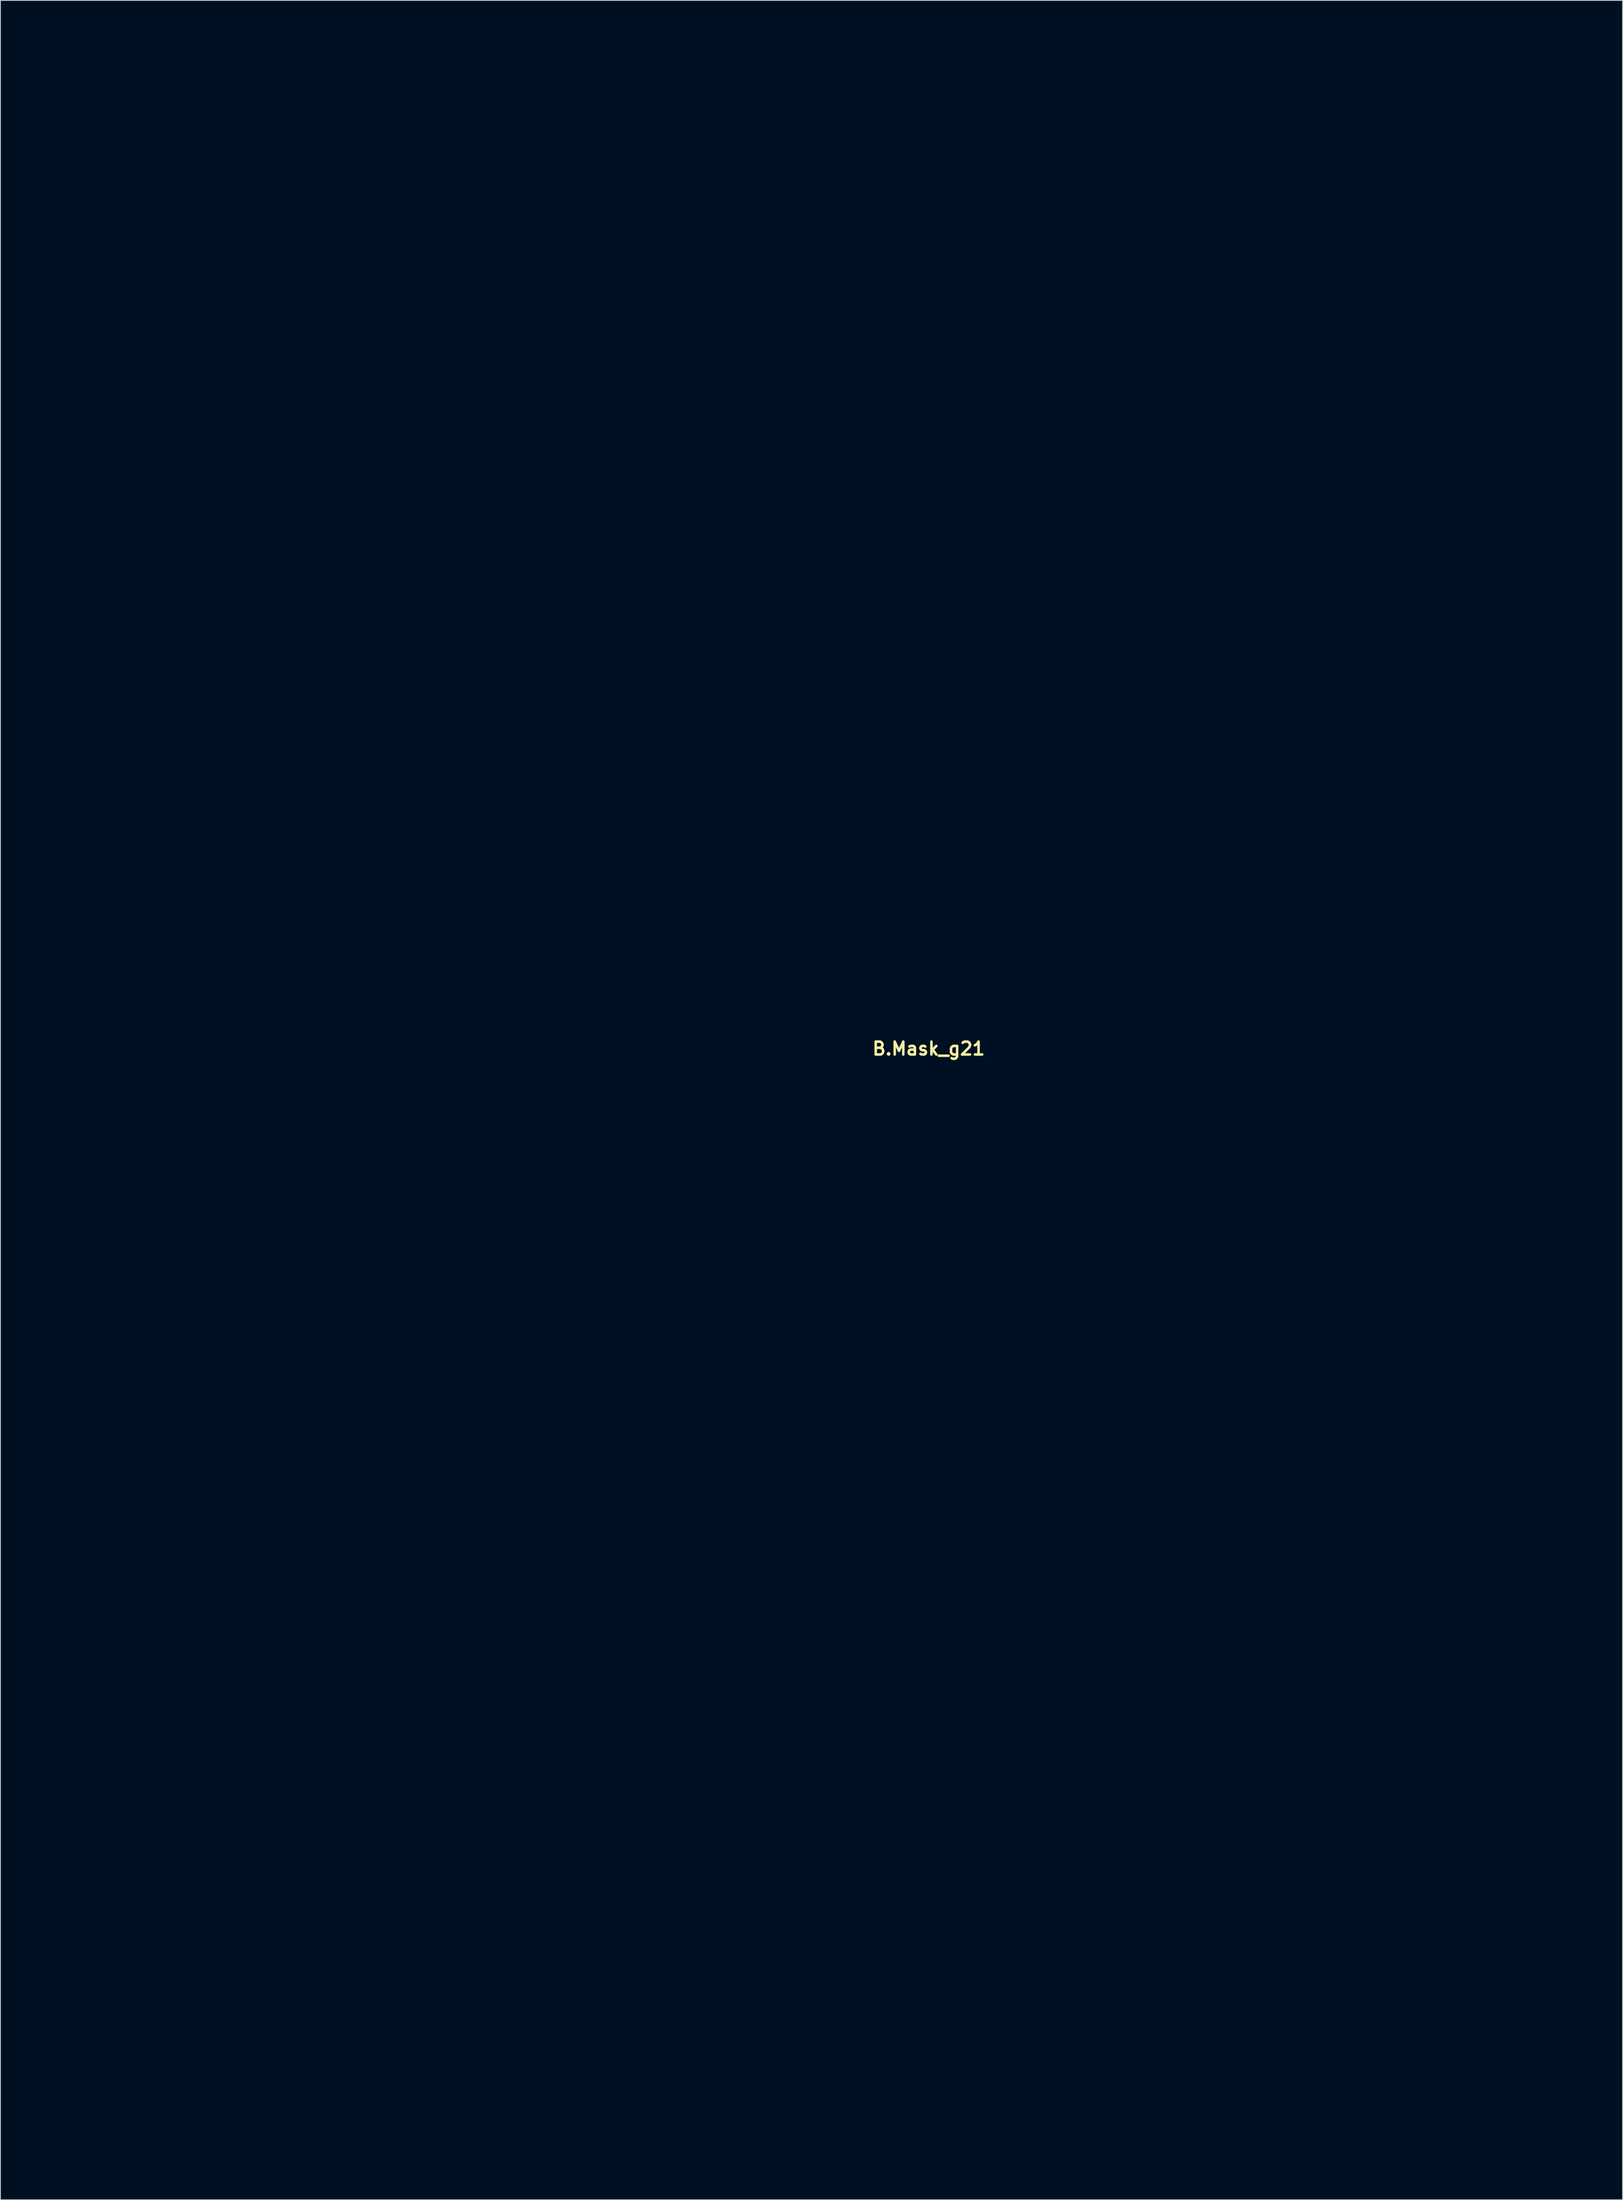
<source format=kicad_pcb>
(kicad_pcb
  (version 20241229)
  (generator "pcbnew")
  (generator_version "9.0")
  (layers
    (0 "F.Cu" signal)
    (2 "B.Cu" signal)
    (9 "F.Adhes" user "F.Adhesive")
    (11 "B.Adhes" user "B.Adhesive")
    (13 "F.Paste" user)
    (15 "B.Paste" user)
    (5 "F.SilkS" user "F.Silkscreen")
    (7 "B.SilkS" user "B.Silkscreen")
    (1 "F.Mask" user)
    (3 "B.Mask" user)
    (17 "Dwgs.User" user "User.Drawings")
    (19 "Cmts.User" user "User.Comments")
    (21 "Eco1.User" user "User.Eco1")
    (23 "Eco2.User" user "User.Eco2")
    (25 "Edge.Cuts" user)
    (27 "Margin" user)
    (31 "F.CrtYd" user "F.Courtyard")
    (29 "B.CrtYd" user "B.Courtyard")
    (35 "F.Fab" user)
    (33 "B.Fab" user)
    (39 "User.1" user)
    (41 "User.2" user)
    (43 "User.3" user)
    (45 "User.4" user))
  (footprint "B.Mask_g21"
    (layer "F.Cu")
    (at 107.087 121.269)
    (property "Reference" "B.Mask_g21" (at 0 0 0) (layer "F.SilkS") (effects (font (size 1.524 1.524) (thickness 0.3))))
    (attr through_hole)
    (fp_poly (pts (xy -38.978 40.824) (xy -38.998 40.898) (xy -39.025 40.966) (xy -39.026 40.967) (xy -39.031 40.985) (xy -39.038 41.019) (xy -39.045 41.072) (xy -39.054 41.145) (xy -39.063 41.241) (xy -39.075 41.36) (xy -39.087 41.504) (xy -39.102 41.676) (xy -39.118 41.877) (xy -39.137 42.109) (xy -39.158 42.373) (xy -39.181 42.672) (xy -39.206 43.007) (xy -39.234 43.379) (xy -39.265 43.791) (xy -39.282 44.021) (xy -39.506 47.011) (xy -39.46 47.106) (xy -39.416 47.18) (xy -39.36 47.257) (xy -39.336 47.286) (xy -39.259 47.371) (xy -39.447 47.369) (xy -39.552 47.365) (xy -39.659 47.355) (xy -39.748 47.342) (xy -39.762 47.34) (xy -40.041 47.259) (xy -40.303 47.143) (xy -40.553 46.99) (xy -40.793 46.799) (xy -40.963 46.634) (xy -41.184 46.374) (xy -41.378 46.084) (xy -41.544 45.769) (xy -41.68 45.434) (xy -41.785 45.081) (xy -41.858 44.717) (xy -41.898 44.343) (xy -41.904 43.966) (xy -41.875 43.588) (xy -41.848 43.41) (xy -41.772 43.066) (xy -41.664 42.737) (xy -41.528 42.424) (xy -41.366 42.131) (xy -41.18 41.859) (xy -40.973 41.612) (xy -40.746 41.391) (xy -40.503 41.198) (xy -40.246 41.036) (xy -39.977 40.908) (xy -39.698 40.816) (xy -39.411 40.761) (xy -39.164 40.746) (xy -38.963 40.746) (xy -38.978 40.824)) (stroke (width 0.01) (type solid)) (fill yes) (layer "B.Mask"))
    (fp_poly (pts (xy 18.354 40.851) (xy 18.64 40.912) (xy 18.917 41.012) (xy 19.185 41.148) (xy 19.44 41.318) (xy 19.682 41.522) (xy 19.906 41.756) (xy 20.112 42.019) (xy 20.297 42.309) (xy 20.459 42.624) (xy 20.595 42.962) (xy 20.635 43.079) (xy 20.739 43.47) (xy 20.801 43.859) (xy 20.821 44.249) (xy 20.799 44.639) (xy 20.735 45.032) (xy 20.702 45.172) (xy 20.597 45.518) (xy 20.464 45.843) (xy 20.304 46.145) (xy 20.12 46.421) (xy 19.914 46.67) (xy 19.687 46.888) (xy 19.443 47.075) (xy 19.182 47.227) (xy 18.908 47.343) (xy 18.622 47.42) (xy 18.613 47.421) (xy 18.493 47.442) (xy 18.383 47.458) (xy 18.29 47.467) (xy 18.223 47.47) (xy 18.186 47.465) (xy 18.182 47.461) (xy 18.196 47.436) (xy 18.231 47.396) (xy 18.243 47.384) (xy 18.305 47.311) (xy 18.346 47.233) (xy 18.364 47.161) (xy 18.355 47.111) (xy 18.351 47.086) (xy 18.345 47.022) (xy 18.336 46.921) (xy 18.324 46.787) (xy 18.31 46.622) (xy 18.294 46.429) (xy 18.277 46.211) (xy 18.258 45.971) (xy 18.237 45.712) (xy 18.216 45.436) (xy 18.193 45.147) (xy 18.17 44.847) (xy 18.147 44.54) (xy 18.123 44.228) (xy 18.099 43.913) (xy 18.076 43.6) (xy 18.052 43.29) (xy 18.03 42.987) (xy 18.008 42.694) (xy 17.987 42.413) (xy 17.968 42.147) (xy 17.95 41.899) (xy 17.934 41.672) (xy 17.92 41.469) (xy 17.908 41.293) (xy 17.898 41.147) (xy 17.891 41.033) (xy 17.887 40.954) (xy 17.886 40.917) (xy 17.886 40.831) (xy 18.063 40.831) (xy 18.354 40.851)) (stroke (width 0.01) (type solid)) (fill yes) (layer "B.Mask"))
    (fp_poly (pts (xy -43.927 109.18) (xy -43.877 109.189) (xy -43.858 109.211) (xy -43.867 109.25) (xy -43.889 109.297) (xy -43.91 109.359) (xy -43.92 109.433) (xy -43.921 109.444) (xy -43.922 109.475) (xy -43.927 109.546) (xy -43.934 109.654) (xy -43.944 109.797) (xy -43.957 109.972) (xy -43.971 110.176) (xy -43.988 110.407) (xy -44.007 110.663) (xy -44.027 110.941) (xy -44.049 111.238) (xy -44.072 111.551) (xy -44.096 111.879) (xy -44.122 112.219) (xy -44.133 112.363) (xy -44.158 112.709) (xy -44.183 113.046) (xy -44.207 113.37) (xy -44.229 113.68) (xy -44.25 113.972) (xy -44.27 114.244) (xy -44.287 114.494) (xy -44.303 114.718) (xy -44.316 114.915) (xy -44.327 115.08) (xy -44.335 115.213) (xy -44.341 115.309) (xy -44.343 115.367) (xy -44.344 115.378) (xy -44.34 115.488) (xy -44.328 115.573) (xy -44.304 115.653) (xy -44.291 115.686) (xy -44.264 115.752) (xy -44.245 115.8) (xy -44.238 115.819) (xy -44.258 115.823) (xy -44.313 115.819) (xy -44.397 115.808) (xy -44.484 115.793) (xy -44.794 115.715) (xy -45.091 115.599) (xy -45.373 115.445) (xy -45.638 115.256) (xy -45.884 115.034) (xy -46.107 114.781) (xy -46.305 114.498) (xy -46.457 114.226) (xy -46.611 113.869) (xy -46.727 113.499) (xy -46.802 113.12) (xy -46.838 112.733) (xy -46.834 112.342) (xy -46.789 111.95) (xy -46.705 111.56) (xy -46.639 111.342) (xy -46.506 110.996) (xy -46.346 110.675) (xy -46.161 110.38) (xy -45.952 110.113) (xy -45.723 109.877) (xy -45.475 109.671) (xy -45.21 109.499) (xy -44.931 109.362) (xy -44.639 109.262) (xy -44.336 109.2) (xy -44.025 109.178) (xy -44.015 109.178) (xy -43.927 109.18)) (stroke (width 0.01) (type solid)) (fill yes) (layer "B.Mask"))
    (fp_poly (pts (xy 20.825 74.803) (xy 21.124 74.864) (xy 21.417 74.962) (xy 21.699 75.094) (xy 21.963 75.259) (xy 22.016 75.299) (xy 22.267 75.514) (xy 22.498 75.763) (xy 22.708 76.042) (xy 22.894 76.347) (xy 23.054 76.672) (xy 23.185 77.014) (xy 23.286 77.367) (xy 23.354 77.727) (xy 23.38 77.968) (xy 23.384 78.107) (xy 23.379 78.274) (xy 23.367 78.457) (xy 23.348 78.644) (xy 23.324 78.821) (xy 23.303 78.939) (xy 23.214 79.293) (xy 23.095 79.628) (xy 22.949 79.942) (xy 22.777 80.232) (xy 22.582 80.496) (xy 22.366 80.731) (xy 22.13 80.936) (xy 21.876 81.107) (xy 21.607 81.243) (xy 21.324 81.342) (xy 21.191 81.374) (xy 21.098 81.391) (xy 21.001 81.405) (xy 20.908 81.416) (xy 20.828 81.423) (xy 20.771 81.424) (xy 20.744 81.419) (xy 20.743 81.417) (xy 20.756 81.393) (xy 20.788 81.351) (xy 20.805 81.331) (xy 20.86 81.242) (xy 20.881 81.17) (xy 20.881 81.138) (xy 20.878 81.066) (xy 20.872 80.956) (xy 20.863 80.811) (xy 20.852 80.633) (xy 20.838 80.423) (xy 20.822 80.186) (xy 20.804 79.922) (xy 20.784 79.634) (xy 20.761 79.324) (xy 20.738 78.994) (xy 20.712 78.648) (xy 20.686 78.286) (xy 20.671 78.084) (xy 20.644 77.731) (xy 20.619 77.389) (xy 20.594 77.06) (xy 20.571 76.747) (xy 20.549 76.453) (xy 20.529 76.179) (xy 20.511 75.929) (xy 20.494 75.704) (xy 20.48 75.507) (xy 20.468 75.341) (xy 20.459 75.208) (xy 20.452 75.11) (xy 20.448 75.05) (xy 20.447 75.031) (xy 20.429 74.969) (xy 20.379 74.897) (xy 20.373 74.89) (xy 20.335 74.845) (xy 20.321 74.814) (xy 20.334 74.796) (xy 20.379 74.786) (xy 20.461 74.782) (xy 20.528 74.782) (xy 20.825 74.803)) (stroke (width 0.01) (type solid)) (fill yes) (layer "B.Mask"))
    (fp_poly (pts (xy 23.394 109.283) (xy 23.701 109.344) (xy 24.002 109.444) (xy 24.294 109.581) (xy 24.504 109.708) (xy 24.624 109.798) (xy 24.757 109.913) (xy 24.895 110.047) (xy 25.03 110.188) (xy 25.151 110.33) (xy 25.252 110.461) (xy 25.271 110.489) (xy 25.467 110.818) (xy 25.631 111.166) (xy 25.761 111.528) (xy 25.857 111.898) (xy 25.916 112.271) (xy 25.937 112.641) (xy 25.929 112.889) (xy 25.884 113.272) (xy 25.805 113.638) (xy 25.695 113.985) (xy 25.554 114.311) (xy 25.384 114.613) (xy 25.187 114.89) (xy 24.964 115.139) (xy 24.716 115.359) (xy 24.446 115.546) (xy 24.154 115.699) (xy 23.953 115.78) (xy 23.852 115.812) (xy 23.735 115.843) (xy 23.614 115.871) (xy 23.502 115.893) (xy 23.41 115.906) (xy 23.366 115.909) (xy 23.344 115.906) (xy 23.339 115.892) (xy 23.352 115.855) (xy 23.368 115.818) (xy 23.381 115.79) (xy 23.392 115.764) (xy 23.402 115.739) (xy 23.411 115.711) (xy 23.418 115.679) (xy 23.424 115.641) (xy 23.428 115.595) (xy 23.43 115.538) (xy 23.431 115.468) (xy 23.429 115.384) (xy 23.425 115.283) (xy 23.42 115.163) (xy 23.412 115.022) (xy 23.402 114.858) (xy 23.389 114.668) (xy 23.374 114.451) (xy 23.357 114.204) (xy 23.337 113.926) (xy 23.314 113.613) (xy 23.288 113.265) (xy 23.26 112.879) (xy 23.23 112.481) (xy 23.204 112.125) (xy 23.178 111.781) (xy 23.153 111.451) (xy 23.129 111.137) (xy 23.106 110.841) (xy 23.085 110.566) (xy 23.065 110.314) (xy 23.047 110.088) (xy 23.031 109.891) (xy 23.017 109.723) (xy 23.005 109.588) (xy 22.996 109.489) (xy 22.989 109.427) (xy 22.986 109.405) (xy 22.97 109.355) (xy 22.966 109.316) (xy 22.969 109.286) (xy 22.984 109.27) (xy 23.022 109.263) (xy 23.088 109.262) (xy 23.394 109.283)) (stroke (width 0.01) (type solid)) (fill yes) (layer "B.Mask"))
    (fp_poly (pts (xy -41.334 74.701) (xy -41.299 74.705) (xy -41.296 74.708) (xy -41.309 74.731) (xy -41.343 74.774) (xy -41.37 74.806) (xy -41.413 74.86) (xy -41.44 74.906) (xy -41.445 74.925) (xy -41.446 74.95) (xy -41.451 75.015) (xy -41.458 75.117) (xy -41.468 75.254) (xy -41.48 75.424) (xy -41.495 75.624) (xy -41.512 75.851) (xy -41.531 76.104) (xy -41.551 76.379) (xy -41.573 76.675) (xy -41.596 76.989) (xy -41.621 77.318) (xy -41.646 77.661) (xy -41.666 77.918) (xy -41.701 78.393) (xy -41.733 78.826) (xy -41.761 79.218) (xy -41.787 79.568) (xy -41.808 79.878) (xy -41.827 80.147) (xy -41.842 80.377) (xy -41.854 80.567) (xy -41.862 80.717) (xy -41.867 80.829) (xy -41.87 80.903) (xy -41.869 80.938) (xy -41.868 80.94) (xy -41.849 80.989) (xy -41.815 81.061) (xy -41.773 81.142) (xy -41.763 81.161) (xy -41.724 81.234) (xy -41.694 81.292) (xy -41.678 81.326) (xy -41.677 81.33) (xy -41.696 81.34) (xy -41.748 81.342) (xy -41.824 81.337) (xy -41.913 81.326) (xy -42.003 81.311) (xy -42.299 81.233) (xy -42.578 81.119) (xy -42.843 80.968) (xy -43.097 80.778) (xy -43.298 80.593) (xy -43.54 80.321) (xy -43.75 80.023) (xy -43.928 79.697) (xy -44.072 79.345) (xy -44.184 78.967) (xy -44.221 78.8) (xy -44.237 78.718) (xy -44.249 78.642) (xy -44.258 78.564) (xy -44.264 78.477) (xy -44.267 78.372) (xy -44.269 78.243) (xy -44.27 78.08) (xy -44.27 78.041) (xy -44.27 77.871) (xy -44.268 77.736) (xy -44.265 77.627) (xy -44.259 77.537) (xy -44.251 77.458) (xy -44.24 77.382) (xy -44.225 77.301) (xy -44.221 77.282) (xy -44.127 76.906) (xy -44.001 76.552) (xy -43.846 76.221) (xy -43.661 75.917) (xy -43.45 75.64) (xy -43.214 75.393) (xy -42.953 75.178) (xy -42.67 74.997) (xy -42.515 74.918) (xy -42.294 74.826) (xy -42.073 74.761) (xy -41.84 74.721) (xy -41.598 74.703) (xy -41.49 74.7) (xy -41.4 74.699) (xy -41.334 74.701)) (stroke (width 0.01) (type solid)) (fill yes) (layer "B.Mask"))
    (fp_poly (pts (xy -28.821 -47.613) (xy -28.747 -47.582) (xy -28.742 -47.58) (xy -28.735 -47.578) (xy -28.727 -47.575) (xy -28.717 -47.573) (xy -28.703 -47.571) (xy -28.684 -47.569) (xy -28.661 -47.567) (xy -28.632 -47.566) (xy -28.596 -47.564) (xy -28.553 -47.562) (xy -28.501 -47.561) (xy -28.441 -47.559) (xy -28.37 -47.558) (xy -28.289 -47.556) (xy -28.196 -47.555) (xy -28.09 -47.554) (xy -27.971 -47.553) (xy -27.838 -47.552) (xy -27.69 -47.551) (xy -27.527 -47.55) (xy -27.346 -47.549) (xy -27.149 -47.548) (xy -26.933 -47.547) (xy -26.698 -47.547) (xy -26.443 -47.546) (xy -26.167 -47.545) (xy -25.87 -47.545) (xy -25.551 -47.544) (xy -25.208 -47.544) (xy -24.841 -47.543) (xy -24.45 -47.543) (xy -24.032 -47.543) (xy -23.589 -47.542) (xy -23.117 -47.542) (xy -22.618 -47.542) (xy -22.09 -47.541) (xy -21.532 -47.541) (xy -20.943 -47.541) (xy -20.323 -47.541) (xy -19.67 -47.541) (xy -18.985 -47.541) (xy -18.265 -47.541) (xy -17.511 -47.541) (xy -16.721 -47.54) (xy -15.894 -47.54) (xy -15.03 -47.54) (xy -14.129 -47.54) (xy -13.188 -47.54) (xy -12.208 -47.54) (xy -11.187 -47.54) (xy -10.124 -47.54) (xy 8.703 -47.54) (xy 8.894 -47.446) (xy 9.176 -47.282) (xy 9.433 -47.086) (xy 9.661 -46.861) (xy 9.86 -46.608) (xy 10.026 -46.332) (xy 10.159 -46.033) (xy 10.255 -45.715) (xy 10.269 -45.655) (xy 10.302 -45.443) (xy 10.318 -45.205) (xy 10.317 -44.956) (xy 10.299 -44.708) (xy 10.265 -44.474) (xy 10.258 -44.442) (xy 10.16 -44.073) (xy 10.026 -43.723) (xy 9.855 -43.394) (xy 9.651 -43.087) (xy 9.412 -42.806) (xy 9.401 -42.794) (xy 9.276 -42.671) (xy 9.136 -42.547) (xy 8.993 -42.431) (xy 8.857 -42.329) (xy 8.736 -42.252) (xy 8.73 -42.249) (xy 8.645 -42.2) (xy 8.833 -42.106) (xy 9.104 -41.947) (xy 9.358 -41.753) (xy 9.59 -41.528) (xy 9.798 -41.278) (xy 9.976 -41.007) (xy 10.12 -40.72) (xy 10.209 -40.479) (xy 10.285 -40.169) (xy 10.322 -39.847) (xy 10.32 -39.516) (xy 10.281 -39.182) (xy 10.204 -38.849) (xy 10.091 -38.52) (xy 10.003 -38.322) (xy 9.824 -38.001) (xy 9.612 -37.704) (xy 9.365 -37.43) (xy 9.083 -37.179) (xy 8.766 -36.95) (xy 8.51 -36.795) (xy 8.288 -36.671) (xy -28.275 -36.661) (xy -28.504 -36.776) (xy -28.843 -36.967) (xy -29.149 -37.184) (xy -29.424 -37.427) (xy -29.664 -37.694) (xy -29.871 -37.985) (xy -30.042 -38.298) (xy -30.172 -38.616) (xy -30.256 -38.912) (xy -30.314 -39.225) (xy -30.344 -39.543) (xy -30.345 -39.858) (xy -30.317 -40.157) (xy -30.301 -40.25) (xy -30.221 -40.562) (xy -30.104 -40.861) (xy -29.954 -41.144) (xy -29.773 -41.406) (xy -29.564 -41.644) (xy -29.331 -41.854) (xy -29.075 -42.031) (xy -28.94 -42.106) (xy -28.842 -42.159) (xy -28.783 -42.197) (xy -28.764 -42.22) (xy -28.784 -42.227) (xy -28.785 -42.227) (xy -28.809 -42.239) (xy -28.859 -42.272) (xy -28.926 -42.319) (xy -28.981 -42.358) (xy -29.245 -42.578) (xy -29.483 -42.822) (xy -29.694 -43.087) (xy -29.877 -43.37) (xy -30.03 -43.668) (xy -30.155 -43.977) (xy -30.249 -44.294) (xy -30.313 -44.616) (xy -30.345 -44.939) (xy -30.345 -45.259) (xy -30.313 -45.575) (xy -30.247 -45.881) (xy -30.147 -46.175) (xy -30.013 -46.454) (xy -29.843 -46.714) (xy -29.842 -46.715) (xy -29.64 -46.949) (xy -29.411 -47.154) (xy -29.16 -47.326) (xy -29.014 -47.405) (xy -28.922 -47.454) (xy -28.866 -47.489) (xy -28.849 -47.511) (xy -28.87 -47.519) (xy -28.871 -47.519) (xy -28.887 -47.537) (xy -28.892 -47.572) (xy -28.887 -47.608) (xy -28.865 -47.622) (xy -28.821 -47.613)) (stroke (width 0.01) (type solid)) (fill yes) (layer "B.Mask"))
    (fp_poly (pts (xy 11.824 -114.676) (xy 11.818 -114.65) (xy 11.804 -114.585) (xy 11.782 -114.481) (xy 11.751 -114.34) (xy 11.713 -114.163) (xy 11.667 -113.952) (xy 11.614 -113.708) (xy 11.554 -113.432) (xy 11.488 -113.126) (xy 11.415 -112.791) (xy 11.336 -112.428) (xy 11.252 -112.04) (xy 11.162 -111.627) (xy 11.067 -111.19) (xy 10.968 -110.732) (xy 10.864 -110.253) (xy 10.755 -109.755) (xy 10.643 -109.239) (xy 10.528 -108.707) (xy 10.409 -108.16) (xy 10.287 -107.6) (xy 10.163 -107.027) (xy 10.036 -106.444) (xy 9.99 -106.236) (xy 9.855 -105.61) (xy 9.717 -104.978) (xy 9.579 -104.341) (xy 9.44 -103.702) (xy 9.301 -103.062) (xy 9.163 -102.424) (xy 9.025 -101.791) (xy 8.889 -101.165) (xy 8.755 -100.547) (xy 8.624 -99.941) (xy 8.495 -99.348) (xy 8.37 -98.771) (xy 8.249 -98.212) (xy 8.132 -97.673) (xy 8.02 -97.157) (xy 7.913 -96.666) (xy 7.813 -96.202) (xy 7.719 -95.767) (xy 7.632 -95.364) (xy 7.552 -94.995) (xy 7.48 -94.662) (xy 7.416 -94.368) (xy 7.402 -94.303) (xy 6.633 -90.742) (xy 7.857 -90.742) (xy 8.08 -90.742) (xy 8.29 -90.742) (xy 8.483 -90.742) (xy 8.656 -90.743) (xy 8.804 -90.743) (xy 8.925 -90.744) (xy 9.013 -90.745) (xy 9.066 -90.746) (xy 9.081 -90.747) (xy 9.086 -90.768) (xy 9.099 -90.828) (xy 9.121 -90.924) (xy 9.15 -91.055) (xy 9.187 -91.217) (xy 9.231 -91.41) (xy 9.281 -91.629) (xy 9.336 -91.874) (xy 9.397 -92.141) (xy 9.462 -92.428) (xy 9.532 -92.734) (xy 9.605 -93.055) (xy 9.681 -93.389) (xy 9.743 -93.662) (xy 10.405 -96.572) (xy 10.499 -96.566) (xy 10.54 -96.563) (xy 10.618 -96.556) (xy 10.728 -96.547) (xy 10.867 -96.535) (xy 11.028 -96.521) (xy 11.208 -96.506) (xy 11.401 -96.489) (xy 11.546 -96.476) (xy 14.178 -96.227) (xy 16.783 -95.945) (xy 19.364 -95.628) (xy 21.92 -95.277) (xy 24.451 -94.893) (xy 26.957 -94.474) (xy 29.439 -94.022) (xy 31.896 -93.535) (xy 34.329 -93.014) (xy 36.738 -92.459) (xy 39.123 -91.87) (xy 41.37 -91.278) (xy 41.532 -91.234) (xy 41.71 -91.185) (xy 41.9 -91.133) (xy 42.096 -91.079) (xy 42.294 -91.024) (xy 42.487 -90.97) (xy 42.671 -90.919) (xy 42.841 -90.872) (xy 42.99 -90.83) (xy 43.115 -90.795) (xy 43.21 -90.767) (xy 43.269 -90.75) (xy 43.27 -90.75) (xy 43.276 -90.747) (xy 43.281 -90.738) (xy 43.285 -90.724) (xy 43.289 -90.699) (xy 43.292 -90.664) (xy 43.295 -90.615) (xy 43.298 -90.55) (xy 43.3 -90.467) (xy 43.302 -90.364) (xy 43.303 -90.238) (xy 43.304 -90.087) (xy 43.305 -89.909) (xy 43.306 -89.702) (xy 43.306 -89.463) (xy 43.307 -89.191) (xy 43.307 -88.882) (xy 43.307 -88.535) (xy 43.307 -88.221) (xy 43.307 -85.704) (xy -63.331 -85.704) (xy -63.331 -90.738) (xy -63.22 -90.77) (xy -63.085 -90.808) (xy -62.914 -90.854) (xy -62.71 -90.907) (xy -62.479 -90.967) (xy -62.224 -91.032) (xy -61.95 -91.102) (xy -61.661 -91.174) (xy -61.363 -91.249) (xy -61.059 -91.324) (xy -60.754 -91.399) (xy -60.452 -91.473) (xy -60.157 -91.544) (xy -59.875 -91.611) (xy -59.61 -91.674) (xy -59.404 -91.722) (xy -57.563 -92.14) (xy -55.683 -92.545) (xy -53.77 -92.938) (xy -51.825 -93.318) (xy -49.852 -93.685) (xy -47.855 -94.037) (xy -45.836 -94.375) (xy -43.798 -94.698) (xy -41.746 -95.005) (xy -39.682 -95.296) (xy -37.609 -95.57) (xy -35.53 -95.827) (xy -33.45 -96.066) (xy -33.285 -96.084) (xy -32.982 -96.117) (xy -32.681 -96.15) (xy -32.385 -96.181) (xy -32.096 -96.212) (xy -31.818 -96.241) (xy -31.553 -96.269) (xy -31.305 -96.294) (xy -31.076 -96.317) (xy -30.869 -96.338) (xy -30.687 -96.356) (xy -30.534 -96.37) (xy -30.411 -96.381) (xy -30.323 -96.388) (xy -30.271 -96.391) (xy -30.259 -96.391) (xy -30.254 -96.37) (xy -30.24 -96.31) (xy -30.219 -96.215) (xy -30.19 -96.087) (xy -30.155 -95.93) (xy -30.114 -95.746) (xy -30.068 -95.537) (xy -30.017 -95.308) (xy -29.963 -95.06) (xy -29.905 -94.797) (xy -29.844 -94.522) (xy -29.781 -94.237) (xy -29.717 -93.946) (xy -29.652 -93.651) (xy -29.587 -93.355) (xy -29.523 -93.062) (xy -29.46 -92.773) (xy -29.398 -92.492) (xy -29.339 -92.222) (xy -29.283 -91.966) (xy -29.23 -91.726) (xy -29.182 -91.506) (xy -29.139 -91.308) (xy -29.102 -91.136) (xy -29.071 -90.991) (xy -29.046 -90.878) (xy -29.029 -90.799) (xy -29.021 -90.756) (xy -29.02 -90.75) (xy -28.999 -90.748) (xy -28.94 -90.747) (xy -28.846 -90.746) (xy -28.721 -90.744) (xy -28.57 -90.743) (xy -28.394 -90.742) (xy -28.2 -90.742) (xy -27.989 -90.742) (xy -27.845 -90.742) (xy -27.584 -90.742) (xy -27.363 -90.742) (xy -27.179 -90.743) (xy -27.028 -90.745) (xy -26.908 -90.747) (xy -26.816 -90.749) (xy -26.749 -90.753) (xy -26.704 -90.757) (xy -26.679 -90.762) (xy -26.67 -90.768) (xy -26.67 -90.769) (xy -26.675 -90.799) (xy -26.688 -90.868) (xy -26.71 -90.977) (xy -26.74 -91.122) (xy -26.778 -91.302) (xy -26.823 -91.517) (xy -26.876 -91.764) (xy -26.936 -92.042) (xy -27.002 -92.35) (xy -27.075 -92.685) (xy -27.154 -93.048) (xy -27.238 -93.436) (xy -27.327 -93.848) (xy -27.422 -94.282) (xy -27.521 -94.736) (xy -27.625 -95.211) (xy -27.732 -95.703) (xy -27.844 -96.211) (xy -27.959 -96.735) (xy -28.076 -97.272) (xy -28.197 -97.821) (xy -28.32 -98.381) (xy -28.445 -98.95) (xy -28.572 -99.527) (xy -28.701 -100.11) (xy -28.83 -100.698) (xy -28.961 -101.289) (xy -29.092 -101.881) (xy -29.223 -102.475) (xy -29.354 -103.067) (xy -29.484 -103.656) (xy -29.614 -104.242) (xy -29.743 -104.822) (xy -29.87 -105.395) (xy -29.996 -105.96) (xy -30.119 -106.515) (xy -30.151 -106.657) (xy -30.279 -107.231) (xy -30.404 -107.794) (xy -30.527 -108.346) (xy -30.647 -108.884) (xy -30.764 -109.408) (xy -30.876 -109.915) (xy -30.985 -110.405) (xy -31.09 -110.876) (xy -31.19 -111.327) (xy -31.286 -111.756) (xy -31.376 -112.162) (xy -31.461 -112.544) (xy -31.54 -112.899) (xy -31.612 -113.227) (xy -31.679 -113.526) (xy -31.738 -113.796) (xy -31.791 -114.033) (xy -31.836 -114.238) (xy -31.874 -114.408) (xy -31.903 -114.542) (xy -31.924 -114.639) (xy -31.937 -114.698) (xy -31.941 -114.716) (xy -31.935 -114.717) (xy -31.92 -114.719) (xy -31.892 -114.72) (xy -31.853 -114.722) (xy -31.801 -114.723) (xy -31.735 -114.724) (xy -31.655 -114.726) (xy -31.56 -114.727) (xy -31.45 -114.728) (xy -31.323 -114.729) (xy -31.179 -114.73) (xy -31.017 -114.731) (xy -30.837 -114.732) (xy -30.638 -114.733) (xy -30.419 -114.734) (xy -30.179 -114.735) (xy -29.918 -114.735) (xy -29.635 -114.736) (xy -29.33 -114.737) (xy -29.001 -114.737) (xy -28.648 -114.738) (xy -28.27 -114.739) (xy -27.866 -114.739) (xy -27.437 -114.74) (xy -26.98 -114.74) (xy -26.496 -114.741) (xy -25.984 -114.741) (xy -25.442 -114.742) (xy -24.871 -114.742) (xy -24.27 -114.742) (xy -23.637 -114.743) (xy -22.972 -114.743) (xy -22.275 -114.743) (xy -21.545 -114.743) (xy -20.781 -114.744) (xy -19.982 -114.744) (xy -19.147 -114.744) (xy -18.277 -114.744) (xy -17.37 -114.744) (xy -16.425 -114.744) (xy -15.442 -114.744) (xy -14.421 -114.744) (xy -13.359 -114.744) (xy -12.258 -114.744) (xy -11.115 -114.744) (xy -10.052 -114.745) (xy 11.837 -114.745) (xy 11.824 -114.676)) (stroke (width 0.01) (type solid)) (fill yes) (layer "B.Mask"))
    (fp_poly (pts (xy 79.29 133.456) (xy -107.082 133.456) (xy -107.082 45.662) (xy -97.618 45.662) (xy -97.618 46.507) (xy -97.618 47.314) (xy -97.618 48.084) (xy -97.618 48.816) (xy -97.617 49.512) (xy -97.617 50.172) (xy -97.617 50.796) (xy -97.616 51.386) (xy -97.616 51.94) (xy -97.615 52.461) (xy -97.615 52.948) (xy -97.614 53.401) (xy -97.614 53.822) (xy -97.613 54.211) (xy -97.612 54.568) (xy -97.611 54.894) (xy -97.61 55.189) (xy -97.609 55.453) (xy -97.608 55.688) (xy -97.607 55.894) (xy -97.606 56.071) (xy -97.605 56.219) (xy -97.604 56.34) (xy -97.603 56.433) (xy -97.601 56.499) (xy -97.6 56.539) (xy -97.599 56.547) (xy -97.539 57.019) (xy -97.44 57.477) (xy -97.305 57.92) (xy -97.135 58.345) (xy -96.932 58.751) (xy -96.697 59.136) (xy -96.431 59.498) (xy -96.137 59.835) (xy -95.816 60.146) (xy -95.47 60.428) (xy -95.099 60.681) (xy -94.706 60.901) (xy -94.292 61.088) (xy -93.86 61.239) (xy -93.409 61.353) (xy -93.377 61.36) (xy -93.207 61.392) (xy -93.057 61.417) (xy -92.916 61.434) (xy -92.771 61.446) (xy -92.614 61.453) (xy -92.431 61.457) (xy -92.297 61.457) (xy -92.084 61.456) (xy -91.903 61.45) (xy -91.742 61.44) (xy -91.59 61.425) (xy -91.437 61.403) (xy -91.272 61.373) (xy -91.207 61.36) (xy -90.757 61.248) (xy -90.317 61.096) (xy -89.89 60.905) (xy -89.48 60.678) (xy -89.09 60.415) (xy -88.911 60.276) (xy -88.676 60.072) (xy -88.439 59.837) (xy -88.207 59.579) (xy -87.988 59.309) (xy -87.793 59.037) (xy -87.773 59.007) (xy -87.717 58.923) (xy -87.669 58.853) (xy -87.635 58.805) (xy -87.619 58.785) (xy -87.618 58.785) (xy -87.605 58.804) (xy -87.573 58.851) (xy -87.527 58.921) (xy -87.469 59.007) (xy -87.444 59.044) (xy -87.291 59.264) (xy -87.144 59.458) (xy -86.991 59.639) (xy -86.822 59.821) (xy -86.742 59.902) (xy -86.388 60.227) (xy -86.013 60.515) (xy -85.617 60.766) (xy -85.201 60.981) (xy -84.764 61.158) (xy -84.309 61.298) (xy -83.834 61.4) (xy -83.725 61.418) (xy -83.576 61.435) (xy -83.396 61.448) (xy -83.194 61.456) (xy -82.983 61.459) (xy -82.77 61.457) (xy -82.568 61.45) (xy -82.385 61.439) (xy -82.233 61.422) (xy -82.211 61.419) (xy -81.733 61.324) (xy -81.27 61.191) (xy -80.824 61.02) (xy -80.397 60.812) (xy -79.99 60.569) (xy -79.606 60.292) (xy -79.247 59.981) (xy -78.913 59.638) (xy -78.608 59.265) (xy -78.573 59.217) (xy -78.504 59.122) (xy -78.439 59.027) (xy -78.384 58.945) (xy -78.348 58.889) (xy -78.313 58.831) (xy -78.286 58.793) (xy -78.274 58.782) (xy -78.26 58.799) (xy -78.226 58.845) (xy -78.179 58.914) (xy -78.123 58.998) (xy -78.109 59.019) (xy -77.835 59.401) (xy -77.528 59.757) (xy -77.191 60.084) (xy -76.825 60.381) (xy -76.43 60.648) (xy -76.009 60.882) (xy -75.957 60.908) (xy -75.574 61.081) (xy -75.196 61.219) (xy -74.81 61.327) (xy -74.402 61.408) (xy -74.337 61.419) (xy -74.22 61.433) (xy -74.072 61.444) (xy -73.902 61.451) (xy -73.72 61.456) (xy -73.534 61.458) (xy -73.354 61.456) (xy -73.188 61.451) (xy -73.046 61.442) (xy -72.936 61.43) (xy -72.93 61.429) (xy -72.581 61.367) (xy -72.273 61.297) (xy -72.073 61.242) (xy -71.624 61.084) (xy -71.191 60.888) (xy -70.777 60.655) (xy -70.383 60.386) (xy -70.013 60.082) (xy -69.722 59.804) (xy -69.57 59.642) (xy -69.439 59.494) (xy -69.32 59.346) (xy -69.201 59.186) (xy -69.091 59.026) (xy -68.924 58.779) (xy -68.794 58.99) (xy -68.533 59.374) (xy -68.241 59.732) (xy -67.919 60.06) (xy -67.57 60.358) (xy -67.197 60.624) (xy -66.8 60.856) (xy -66.384 61.053) (xy -65.949 61.213) (xy -65.652 61.298) (xy -65.397 61.358) (xy -65.164 61.403) (xy -64.936 61.434) (xy -64.698 61.453) (xy -64.505 61.462) (xy -64.026 61.458) (xy -63.555 61.414) (xy -63.096 61.331) (xy -62.65 61.212) (xy -62.22 61.056) (xy -61.807 60.866) (xy -61.413 60.642) (xy -61.041 60.385) (xy -60.692 60.098) (xy -60.368 59.78) (xy -60.072 59.433) (xy -59.806 59.059) (xy -59.571 58.658) (xy -59.498 58.515) (xy -59.392 58.29) (xy -59.305 58.088) (xy -59.232 57.895) (xy -59.169 57.7) (xy -59.111 57.49) (xy -59.109 57.481) (xy -59.041 57.189) (xy -58.991 56.911) (xy -58.955 56.625) (xy -58.95 56.568) (xy -58.948 56.525) (xy -58.946 56.44) (xy -58.944 56.312) (xy -58.942 56.143) (xy -58.941 55.931) (xy -58.939 55.678) (xy -58.938 55.382) (xy -58.936 55.046) (xy -58.935 54.667) (xy -58.934 54.247) (xy -58.933 53.786) (xy -58.932 53.283) (xy -58.931 52.739) (xy -58.93 52.153) (xy -58.93 51.527) (xy -58.929 50.86) (xy -58.929 50.152) (xy -58.928 49.403) (xy -58.928 48.613) (xy -58.928 47.783) (xy -58.928 46.912) (xy -58.928 46.837) (xy -58.928 46.205) (xy -58.928 45.584) (xy -58.928 44.975) (xy -58.928 44.379) (xy -58.927 43.798) (xy -58.927 43.234) (xy -58.927 42.686) (xy -58.926 42.158) (xy -58.926 41.649) (xy -58.925 41.162) (xy -58.925 40.698) (xy -58.924 40.258) (xy -58.923 39.843) (xy -58.923 39.456) (xy -58.922 39.096) (xy -58.921 38.766) (xy -58.92 38.466) (xy -58.92 38.199) (xy -58.919 37.965) (xy -58.918 37.767) (xy -58.917 37.604) (xy -58.916 37.479) (xy -58.915 37.392) (xy -58.914 37.346) (xy -58.914 37.338) (xy -58.895 37.352) (xy -58.851 37.393) (xy -58.785 37.455) (xy -58.701 37.536) (xy -58.602 37.631) (xy -58.494 37.738) (xy -58.485 37.746) (xy -58.282 37.944) (xy -58.097 38.114) (xy -57.924 38.265) (xy -57.755 38.403) (xy -57.581 38.534) (xy -57.396 38.664) (xy -57.309 38.723) (xy -56.831 39.016) (xy -56.343 39.269) (xy -55.844 39.481) (xy -55.332 39.653) (xy -54.809 39.785) (xy -54.271 39.876) (xy -53.719 39.928) (xy -53.263 39.941) (xy -52.888 39.934) (xy -52.54 39.91) (xy -52.205 39.868) (xy -51.873 39.807) (xy -51.528 39.724) (xy -51.467 39.707) (xy -50.985 39.556) (xy -50.511 39.369) (xy -50.049 39.15) (xy -49.602 38.9) (xy -49.175 38.623) (xy -48.773 38.321) (xy -48.4 37.997) (xy -48.059 37.653) (xy -47.921 37.497) (xy -47.581 37.067) (xy -47.28 36.623) (xy -47.018 36.164) (xy -46.793 35.688) (xy -46.605 35.193) (xy -46.453 34.677) (xy -46.336 34.14) (xy -46.278 33.771) (xy -46.263 33.626) (xy -46.251 33.447) (xy -46.243 33.245) (xy -46.239 33.028) (xy -46.238 32.805) (xy -46.241 32.586) (xy -46.248 32.379) (xy -46.259 32.193) (xy -46.273 32.037) (xy -46.278 31.993) (xy -46.373 31.45) (xy -46.505 30.927) (xy -46.674 30.423) (xy -46.879 29.94) (xy -47.122 29.478) (xy -47.4 29.037) (xy -47.715 28.618) (xy -47.747 28.58) (xy -47.775 28.548) (xy -47.832 28.488) (xy -47.916 28.4) (xy -48.026 28.287) (xy -48.16 28.148) (xy -48.318 27.986) (xy -48.497 27.803) (xy -48.696 27.598) (xy -48.915 27.375) (xy -49.152 27.133) (xy -49.405 26.875) (xy -49.673 26.602) (xy -49.955 26.315) (xy -50.25 26.015) (xy -50.556 25.704) (xy -50.871 25.383) (xy -51.195 25.054) (xy -51.527 24.718) (xy -51.864 24.376) (xy -52.206 24.03) (xy -52.551 23.68) (xy -52.897 23.329) (xy -53.245 22.978) (xy -53.591 22.627) (xy -53.935 22.279) (xy -53.963 22.251) (xy -54.809 21.397) (xy -52.196 18.784) (xy -51.918 18.507) (xy -51.649 18.238) (xy -51.389 17.978) (xy -51.14 17.73) (xy -50.904 17.494) (xy -50.682 17.273) (xy -50.475 17.068) (xy -50.286 16.879) (xy -50.115 16.71) (xy -49.965 16.561) (xy -49.836 16.433) (xy -49.731 16.33) (xy -49.65 16.251) (xy -49.596 16.198) (xy -49.569 16.173) (xy -49.567 16.171) (xy -49.565 16.192) (xy -49.562 16.252) (xy -49.56 16.348) (xy -49.558 16.476) (xy -49.556 16.634) (xy -49.555 16.819) (xy -49.553 17.027) (xy -49.552 17.255) (xy -49.552 17.5) (xy -49.551 17.759) (xy -49.551 17.86) (xy -49.551 19.549) (xy -47.966 24.141) (xy -47.796 24.634) (xy -47.617 25.153) (xy -47.43 25.695) (xy -47.237 26.253) (xy -47.039 26.825) (xy -46.839 27.406) (xy -46.637 27.99) (xy -46.436 28.575) (xy -46.236 29.154) (xy -46.039 29.724) (xy -45.847 30.281) (xy -45.661 30.819) (xy -45.483 31.334) (xy -45.315 31.822) (xy -45.157 32.278) (xy -45.033 32.639) (xy -44.896 33.034) (xy -44.763 33.42) (xy -44.633 33.796) (xy -44.509 34.158) (xy -44.389 34.504) (xy -44.275 34.834) (xy -44.168 35.144) (xy -44.069 35.433) (xy -43.977 35.699) (xy -43.894 35.939) (xy -43.821 36.151) (xy -43.758 36.335) (xy -43.706 36.486) (xy -43.665 36.604) (xy -43.637 36.687) (xy -43.622 36.732) (xy -43.621 36.735) (xy -43.557 36.925) (xy -45.496 63.65) (xy -45.573 64.712) (xy -45.649 65.764) (xy -45.725 66.805) (xy -45.799 67.835) (xy -45.873 68.852) (xy -45.946 69.856) (xy -46.018 70.845) (xy -46.088 71.82) (xy -46.158 72.78) (xy -46.226 73.722) (xy -46.293 74.648) (xy -46.359 75.555) (xy -46.423 76.444) (xy -46.486 77.313) (xy -46.548 78.162) (xy -46.608 78.989) (xy -46.666 79.794) (xy -46.723 80.577) (xy -46.778 81.335) (xy -46.831 82.07) (xy -46.882 82.779) (xy -46.931 83.462) (xy -46.979 84.118) (xy -47.024 84.747) (xy -47.068 85.348) (xy -47.109 85.919) (xy -47.148 86.46) (xy -47.185 86.97) (xy -47.22 87.449) (xy -47.252 87.895) (xy -47.282 88.308) (xy -47.309 88.687) (xy -47.334 89.032) (xy -47.356 89.34) (xy -47.376 89.613) (xy -47.392 89.848) (xy -47.407 90.045) (xy -47.418 90.203) (xy -47.426 90.322) (xy -47.432 90.401) (xy -47.434 90.438) (xy -47.434 90.441) (xy -47.434 90.508) (xy -62.764 90.514) (xy -78.094 90.519) (xy -78.359 90.569) (xy -78.821 90.676) (xy -79.262 90.819) (xy -79.684 90.999) (xy -80.089 91.218) (xy -80.478 91.475) (xy -80.624 91.585) (xy -80.736 91.678) (xy -80.867 91.795) (xy -81.005 91.928) (xy -81.144 92.066) (xy -81.273 92.203) (xy -81.385 92.327) (xy -81.427 92.379) (xy -81.668 92.706) (xy -81.887 93.061) (xy -82.079 93.434) (xy -82.24 93.816) (xy -82.365 94.2) (xy -82.391 94.296) (xy -82.48 94.735) (xy -82.528 95.175) (xy -82.535 95.614) (xy -82.501 96.049) (xy -82.428 96.478) (xy -82.316 96.899) (xy -82.166 97.309) (xy -81.978 97.705) (xy -81.754 98.086) (xy -81.492 98.449) (xy -81.196 98.792) (xy -81.155 98.834) (xy -81.084 98.906) (xy -81.015 98.973) (xy -80.941 99.041) (xy -80.855 99.117) (xy -80.751 99.206) (xy -80.622 99.315) (xy -80.595 99.338) (xy -80.603 99.356) (xy -80.639 99.4) (xy -80.697 99.463) (xy -80.772 99.541) (xy -80.862 99.631) (xy -80.889 99.656) (xy -80.999 99.766) (xy -81.113 99.884) (xy -81.222 100.001) (xy -81.316 100.106) (xy -81.38 100.182) (xy -81.662 100.564) (xy -81.906 100.958) (xy -82.11 101.364) (xy -82.275 101.779) (xy -82.4 102.202) (xy -82.486 102.631) (xy -82.531 103.064) (xy -82.535 103.499) (xy -82.498 103.936) (xy -82.42 104.371) (xy -82.301 104.803) (xy -82.21 105.059) (xy -82.049 105.426) (xy -81.851 105.792) (xy -81.623 106.149) (xy -81.368 106.489) (xy -81.094 106.805) (xy -80.804 107.088) (xy -80.804 107.088) (xy -80.726 107.159) (xy -80.659 107.22) (xy -80.611 107.266) (xy -80.588 107.29) (xy -80.586 107.293) (xy -80.599 107.311) (xy -80.64 107.35) (xy -80.701 107.405) (xy -80.778 107.47) (xy -80.792 107.483) (xy -81.102 107.765) (xy -81.39 108.08) (xy -81.653 108.423) (xy -81.887 108.79) (xy -82.089 109.173) (xy -82.222 109.485) (xy -82.361 109.902) (xy -82.46 110.33) (xy -82.519 110.765) (xy -82.538 111.203) (xy -82.518 111.642) (xy -82.458 112.078) (xy -82.358 112.507) (xy -82.218 112.926) (xy -82.156 113.078) (xy -81.977 113.449) (xy -81.761 113.815) (xy -81.512 114.169) (xy -81.235 114.505) (xy -80.935 114.816) (xy -80.792 114.946) (xy -80.714 115.016) (xy -80.65 115.076) (xy -80.604 115.121) (xy -80.582 115.145) (xy -80.582 115.147) (xy -80.597 115.166) (xy -80.638 115.203) (xy -80.696 115.252) (xy -80.711 115.263) (xy -80.843 115.374) (xy -80.989 115.507) (xy -81.136 115.652) (xy -81.274 115.796) (xy -81.374 115.91) (xy -81.655 116.277) (xy -81.899 116.662) (xy -82.103 117.064) (xy -82.269 117.481) (xy -82.394 117.913) (xy -82.48 118.358) (xy -82.526 118.816) (xy -82.534 119.094) (xy -82.534 119.235) (xy -82.531 119.342) (xy -82.526 119.424) (xy -82.517 119.492) (xy -82.504 119.553) (xy -82.49 119.602) (xy -82.445 119.75) (xy -82.577 119.876) (xy -82.617 119.915) (xy -82.685 119.979) (xy -82.777 120.067) (xy -82.889 120.174) (xy -83.018 120.297) (xy -83.161 120.434) (xy -83.314 120.58) (xy -83.475 120.733) (xy -83.55 120.805) (xy -84.391 121.608) (xy -84.391 130.037) (xy -83.18 131.249) (xy -81.968 132.461) (xy 60.971 132.458) (xy 63.309 130.029) (xy 63.309 121.613) (xy 62.379 120.682) (xy 61.448 119.75) (xy 61.493 119.613) (xy 61.511 119.557) (xy 61.523 119.501) (xy 61.531 119.438) (xy 61.536 119.359) (xy 61.538 119.255) (xy 61.539 119.118) (xy 61.539 119.105) (xy 61.527 118.734) (xy 61.492 118.386) (xy 61.43 118.048) (xy 61.34 117.707) (xy 61.288 117.543) (xy 61.133 117.145) (xy 60.94 116.759) (xy 60.712 116.391) (xy 60.451 116.043) (xy 60.162 115.722) (xy 59.846 115.43) (xy 59.642 115.268) (xy 59.577 115.218) (xy 59.528 115.178) (xy 59.502 115.152) (xy 59.499 115.149) (xy 59.515 115.131) (xy 59.557 115.092) (xy 59.619 115.036) (xy 59.696 114.971) (xy 59.71 114.959) (xy 60.045 114.655) (xy 60.353 114.327) (xy 60.628 113.98) (xy 60.869 113.618) (xy 61.072 113.246) (xy 61.075 113.239) (xy 61.238 112.865) (xy 61.364 112.495) (xy 61.454 112.121) (xy 61.512 111.734) (xy 61.537 111.326) (xy 61.538 111.199) (xy 61.524 110.786) (xy 61.477 110.394) (xy 61.396 110.014) (xy 61.279 109.641) (xy 61.123 109.264) (xy 61.068 109.146) (xy 60.855 108.756) (xy 60.606 108.387) (xy 60.324 108.043) (xy 60.011 107.727) (xy 59.715 107.475) (xy 59.634 107.412) (xy 59.567 107.357) (xy 59.52 107.316) (xy 59.5 107.295) (xy 59.499 107.294) (xy 59.515 107.275) (xy 59.556 107.238) (xy 59.614 107.189) (xy 59.632 107.174) (xy 59.925 106.917) (xy 60.208 106.627) (xy 60.475 106.312) (xy 60.718 105.98) (xy 60.93 105.64) (xy 61.009 105.495) (xy 61.194 105.095) (xy 61.341 104.681) (xy 61.447 104.257) (xy 61.514 103.824) (xy 61.541 103.387) (xy 61.527 102.949) (xy 61.472 102.513) (xy 61.422 102.267) (xy 61.304 101.852) (xy 61.146 101.446) (xy 60.95 101.051) (xy 60.716 100.669) (xy 60.447 100.304) (xy 60.143 99.957) (xy 59.807 99.631) (xy 59.6 99.454) (xy 59.547 99.409) (xy 59.511 99.374) (xy 59.499 99.359) (xy 59.515 99.34) (xy 59.557 99.304) (xy 59.618 99.256) (xy 59.642 99.237) (xy 59.851 99.069) (xy 60.064 98.876) (xy 60.266 98.674) (xy 60.396 98.53) (xy 60.674 98.176) (xy 60.913 97.806) (xy 61.114 97.422) (xy 61.276 97.026) (xy 61.401 96.621) (xy 61.487 96.208) (xy 61.534 95.789) (xy 61.543 95.367) (xy 61.514 94.944) (xy 61.446 94.522) (xy 61.339 94.103) (xy 61.194 93.689) (xy 61.01 93.283) (xy 60.788 92.887) (xy 60.526 92.502) (xy 60.511 92.482) (xy 60.409 92.355) (xy 60.282 92.211) (xy 60.137 92.058) (xy 59.983 91.905) (xy 59.829 91.76) (xy 59.683 91.631) (xy 59.566 91.537) (xy 59.205 91.285) (xy 58.831 91.069) (xy 58.441 90.887) (xy 58.029 90.737) (xy 57.591 90.617) (xy 57.357 90.567) (xy 57.118 90.521) (xy 41.783 90.509) (xy 26.449 90.498) (xy 24.952 70.316) (xy 24.881 69.351) (xy 24.809 68.383) (xy 24.737 67.412) (xy 24.665 66.441) (xy 24.593 65.471) (xy 24.521 64.502) (xy 24.45 63.537) (xy 24.379 62.577) (xy 24.308 61.623) (xy 24.238 60.676) (xy 24.168 59.738) (xy 24.099 58.81) (xy 24.032 57.893) (xy 23.965 56.99) (xy 23.899 56.1) (xy 23.834 55.227) (xy 23.77 54.37) (xy 23.708 53.531) (xy 23.648 52.712) (xy 23.588 51.915) (xy 23.531 51.139) (xy 23.475 50.388) (xy 23.421 49.661) (xy 23.369 48.961) (xy 23.32 48.288) (xy 23.272 47.645) (xy 23.227 47.033) (xy 23.184 46.452) (xy 23.143 45.904) (xy 23.105 45.392) (xy 23.07 44.915) (xy 23.037 44.475) (xy 23.007 44.074) (xy 22.981 43.713) (xy 22.966 43.519) (xy 22.476 36.904) (xy 23.979 32.29) (xy 24.143 31.787) (xy 24.318 31.249) (xy 24.503 30.68) (xy 24.696 30.087) (xy 24.896 29.473) (xy 25.101 28.844) (xy 25.309 28.205) (xy 25.519 27.561) (xy 25.728 26.917) (xy 25.936 26.278) (xy 26.141 25.649) (xy 26.341 25.035) (xy 26.534 24.441) (xy 26.72 23.872) (xy 26.895 23.333) (xy 27.018 22.956) (xy 28.554 18.236) (xy 28.554 17.204) (xy 28.554 16.999) (xy 28.555 16.808) (xy 28.556 16.635) (xy 28.558 16.483) (xy 28.561 16.356) (xy 28.563 16.26) (xy 28.566 16.197) (xy 28.569 16.172) (xy 28.57 16.171) (xy 28.586 16.186) (xy 28.631 16.229) (xy 28.703 16.299) (xy 28.8 16.395) (xy 28.921 16.515) (xy 29.064 16.657) (xy 29.228 16.82) (xy 29.412 17.002) (xy 29.613 17.203) (xy 29.831 17.419) (xy 30.064 17.651) (xy 30.31 17.897) (xy 30.568 18.154) (xy 30.836 18.422) (xy 31.113 18.699) (xy 31.27 18.856) (xy 33.954 21.54) (xy 34.037 21.898) (xy 34.255 22.745) (xy 34.514 23.582) (xy 34.811 24.406) (xy 35.147 25.216) (xy 35.521 26.009) (xy 35.931 26.784) (xy 36.376 27.538) (xy 36.855 28.27) (xy 37.368 28.978) (xy 37.822 29.549) (xy 38.351 30.16) (xy 38.912 30.756) (xy 39.499 31.329) (xy 40.106 31.875) (xy 40.727 32.389) (xy 41.279 32.809) (xy 42.021 33.323) (xy 42.781 33.801) (xy 43.56 34.241) (xy 44.356 34.643) (xy 45.168 35.007) (xy 45.993 35.332) (xy 46.832 35.619) (xy 47.682 35.867) (xy 48.543 36.074) (xy 49.413 36.242) (xy 50.29 36.37) (xy 51.174 36.457) (xy 52.063 36.503) (xy 52.955 36.507) (xy 53.85 36.47) (xy 54.269 36.438) (xy 55.156 36.339) (xy 56.034 36.199) (xy 56.903 36.019) (xy 57.761 35.798) (xy 58.606 35.538) (xy 59.439 35.238) (xy 60.257 34.9) (xy 61.059 34.523) (xy 61.844 34.108) (xy 62.612 33.656) (xy 63.36 33.168) (xy 64.087 32.643) (xy 64.54 32.289) (xy 64.957 31.941) (xy 65.382 31.562) (xy 65.808 31.16) (xy 66.228 30.743) (xy 66.633 30.317) (xy 67.015 29.892) (xy 67.273 29.59) (xy 67.798 28.926) (xy 68.298 28.232) (xy 68.77 27.511) (xy 69.211 26.769) (xy 69.619 26.009) (xy 69.99 25.236) (xy 70.324 24.456) (xy 70.442 24.151) (xy 70.734 23.325) (xy 70.986 22.493) (xy 71.199 21.653) (xy 71.373 20.802) (xy 71.509 19.937) (xy 71.608 19.057) (xy 71.669 18.158) (xy 71.67 18.14) (xy 71.671 18.102) (xy 71.671 18.03) (xy 71.672 17.922) (xy 71.672 17.779) (xy 71.672 17.6) (xy 71.672 17.386) (xy 71.672 17.136) (xy 71.671 16.85) (xy 71.671 16.527) (xy 71.67 16.169) (xy 71.669 15.773) (xy 71.667 15.341) (xy 71.666 14.872) (xy 71.664 14.367) (xy 71.662 13.823) (xy 71.66 13.243) (xy 71.658 12.625) (xy 71.655 11.969) (xy 71.652 11.276) (xy 71.649 10.544) (xy 71.646 9.774) (xy 71.643 8.966) (xy 71.639 8.12) (xy 71.636 7.234) (xy 71.632 6.31) (xy 71.627 5.347) (xy 71.623 4.344) (xy 71.619 3.302) (xy 71.614 2.221) (xy 71.609 1.1) (xy 71.603 -0.061) (xy 71.598 -1.263) (xy 71.592 -2.504) (xy 71.587 -3.785) (xy 71.58 -5.108) (xy 71.574 -6.47) (xy 71.568 -7.874) (xy 71.561 -9.319) (xy 71.554 -10.805) (xy 71.547 -12.332) (xy 71.539 -13.901) (xy 71.532 -15.512) (xy 71.524 -17.165) (xy 71.516 -18.859) (xy 71.51 -20.098) (xy 71.503 -21.655) (xy 71.495 -23.171) (xy 71.488 -24.645) (xy 71.481 -26.079) (xy 71.475 -27.472) (xy 71.468 -28.826) (xy 71.462 -30.14) (xy 71.456 -31.417) (xy 71.45 -32.655) (xy 71.444 -33.856) (xy 71.438 -35.02) (xy 71.433 -36.147) (xy 71.427 -37.239) (xy 71.422 -38.295) (xy 71.417 -39.317) (xy 71.412 -40.304) (xy 71.408 -41.258) (xy 71.403 -42.179) (xy 71.399 -43.067) (xy 71.394 -43.923) (xy 71.39 -44.748) (xy 71.386 -45.541) (xy 71.382 -46.305) (xy 71.378 -47.038) (xy 71.375 -47.742) (xy 71.371 -48.418) (xy 71.368 -49.065) (xy 71.364 -49.684) (xy 71.361 -50.277) (xy 71.358 -50.843) (xy 71.355 -51.382) (xy 71.352 -51.897) (xy 71.349 -52.386) (xy 71.347 -52.851) (xy 71.344 -53.292) (xy 71.342 -53.709) (xy 71.339 -54.104) (xy 71.337 -54.477) (xy 71.335 -54.827) (xy 71.332 -55.157) (xy 71.33 -55.466) (xy 71.328 -55.755) (xy 71.326 -56.025) (xy 71.324 -56.275) (xy 71.323 -56.507) (xy 71.321 -56.721) (xy 71.319 -56.918) (xy 71.317 -57.098) (xy 71.316 -57.261) (xy 71.314 -57.409) (xy 71.313 -57.542) (xy 71.311 -57.66) (xy 71.31 -57.764) (xy 71.308 -57.854) (xy 71.307 -57.932) (xy 71.305 -57.997) (xy 71.304 -58.049) (xy 71.303 -58.091) (xy 71.301 -58.122) (xy 71.3 -58.142) (xy 71.3 -58.149) (xy 71.222 -58.614) (xy 71.107 -59.063) (xy 70.955 -59.493) (xy 70.769 -59.903) (xy 70.55 -60.292) (xy 70.299 -60.657) (xy 70.018 -60.998) (xy 69.709 -61.312) (xy 69.374 -61.599) (xy 69.013 -61.855) (xy 68.629 -62.081) (xy 68.222 -62.273) (xy 67.796 -62.432) (xy 67.351 -62.554) (xy 66.888 -62.638) (xy 66.844 -62.644) (xy 66.632 -62.665) (xy 66.395 -62.677) (xy 66.146 -62.681) (xy 65.898 -62.676) (xy 65.663 -62.663) (xy 65.455 -62.641) (xy 65.409 -62.635) (xy 64.942 -62.543) (xy 64.494 -62.414) (xy 64.067 -62.248) (xy 63.661 -62.046) (xy 63.276 -61.807) (xy 62.915 -61.534) (xy 62.577 -61.225) (xy 62.263 -60.882) (xy 62.066 -60.632) (xy 62.004 -60.548) (xy 61.95 -60.474) (xy 61.91 -60.419) (xy 61.889 -60.389) (xy 61.889 -60.389) (xy 61.882 -60.377) (xy 61.876 -60.37) (xy 61.866 -60.373) (xy 61.849 -60.388) (xy 61.822 -60.42) (xy 61.781 -60.474) (xy 61.722 -60.552) (xy 61.642 -60.659) (xy 61.619 -60.69) (xy 61.496 -60.844) (xy 61.35 -61.012) (xy 61.188 -61.183) (xy 61.022 -61.347) (xy 60.861 -61.495) (xy 60.76 -61.58) (xy 60.391 -61.852) (xy 60.006 -62.086) (xy 59.604 -62.282) (xy 59.183 -62.441) (xy 58.741 -62.565) (xy 58.325 -62.645) (xy 58.208 -62.659) (xy 58.059 -62.67) (xy 57.886 -62.677) (xy 57.699 -62.681) (xy 57.506 -62.681) (xy 57.317 -62.678) (xy 57.142 -62.672) (xy 56.99 -62.662) (xy 56.907 -62.654) (xy 56.487 -62.588) (xy 56.087 -62.491) (xy 55.697 -62.361) (xy 55.308 -62.195) (xy 55.139 -62.113) (xy 54.867 -61.964) (xy 54.613 -61.805) (xy 54.371 -61.628) (xy 54.132 -61.428) (xy 53.888 -61.199) (xy 53.774 -61.084) (xy 53.63 -60.934) (xy 53.516 -60.806) (xy 53.427 -60.696) (xy 53.359 -60.598) (xy 53.31 -60.508) (xy 53.282 -60.442) (xy 53.259 -60.386) (xy 53.241 -60.352) (xy 53.235 -60.347) (xy 53.218 -60.364) (xy 53.182 -60.407) (xy 53.133 -60.469) (xy 53.093 -60.522) (xy 52.802 -60.877) (xy 52.484 -61.207) (xy 52.141 -61.509) (xy 51.779 -61.781) (xy 51.399 -62.021) (xy 51.006 -62.226) (xy 50.603 -62.394) (xy 50.193 -62.521) (xy 50.177 -62.526) (xy 49.836 -62.603) (xy 49.511 -62.654) (xy 49.187 -62.68) (xy 48.848 -62.683) (xy 48.665 -62.676) (xy 48.273 -62.646) (xy 47.912 -62.598) (xy 47.573 -62.529) (xy 47.249 -62.439) (xy 46.931 -62.324) (xy 46.611 -62.182) (xy 46.573 -62.164) (xy 46.225 -61.976) (xy 45.894 -61.758) (xy 45.576 -61.507) (xy 45.266 -61.221) (xy 44.962 -60.895) (xy 44.926 -60.854) (xy 44.833 -60.747) (xy 44.744 -60.646) (xy 44.665 -60.558) (xy 44.602 -60.488) (xy 44.559 -60.443) (xy 44.551 -60.435) (xy 44.478 -60.365) (xy 44.363 -60.541) (xy 44.114 -60.885) (xy 43.831 -61.206) (xy 43.517 -61.5) (xy 43.176 -61.767) (xy 42.809 -62.004) (xy 42.422 -62.209) (xy 42.015 -62.379) (xy 41.667 -62.492) (xy 41.416 -62.558) (xy 41.174 -62.608) (xy 40.927 -62.645) (xy 40.665 -62.671) (xy 40.375 -62.687) (xy 40.307 -62.689) (xy 39.88 -62.702) (xy 40.034 -62.873) (xy 40.467 -63.386) (xy 40.865 -63.922) (xy 41.228 -64.479) (xy 41.555 -65.054) (xy 41.845 -65.647) (xy 42.096 -66.256) (xy 42.308 -66.878) (xy 42.438 -67.342) (xy 42.581 -67.986) (xy 42.682 -68.634) (xy 42.742 -69.283) (xy 42.76 -69.933) (xy 42.736 -70.58) (xy 42.671 -71.224) (xy 42.565 -71.864) (xy 42.418 -72.496) (xy 42.23 -73.121) (xy 42.002 -73.735) (xy 41.934 -73.896) (xy 41.663 -74.474) (xy 41.355 -75.036) (xy 41.01 -75.579) (xy 40.63 -76.1) (xy 40.218 -76.599) (xy 39.775 -77.071) (xy 39.303 -77.516) (xy 38.804 -77.931) (xy 38.68 -78.025) (xy 38.188 -78.372) (xy 37.665 -78.693) (xy 37.118 -78.987) (xy 36.553 -79.249) (xy 35.974 -79.477) (xy 35.846 -79.522) (xy 35.379 -79.668) (xy 34.885 -79.794) (xy 34.374 -79.897) (xy 33.857 -79.977) (xy 33.344 -80.03) (xy 33.297 -80.033) (xy 33.142 -80.041) (xy 32.956 -80.046) (xy 32.746 -80.049) (xy 32.523 -80.048) (xy 32.294 -80.045) (xy 32.069 -80.039) (xy 31.855 -80.031) (xy 31.662 -80.021) (xy 31.498 -80.009) (xy 31.433 -80.002) (xy 30.753 -79.907) (xy 30.095 -79.775) (xy 29.459 -79.608) (xy 28.843 -79.403) (xy 28.248 -79.162) (xy 27.671 -78.883) (xy 27.113 -78.566) (xy 26.573 -78.212) (xy 26.05 -77.819) (xy 25.543 -77.387) (xy 25.263 -77.125) (xy 25.164 -77.031) (xy 25.091 -76.963) (xy 25.039 -76.918) (xy 25.004 -76.893) (xy 24.982 -76.885) (xy 24.968 -76.891) (xy 24.963 -76.896) (xy 24.931 -76.94) (xy 24.876 -77.009) (xy 24.805 -77.099) (xy 24.722 -77.203) (xy 24.632 -77.314) (xy 24.541 -77.426) (xy 24.453 -77.532) (xy 24.374 -77.628) (xy 24.309 -77.705) (xy 24.302 -77.713) (xy 24.086 -77.959) (xy 23.845 -78.223) (xy 23.586 -78.498) (xy 23.316 -78.778) (xy 23.043 -79.053) (xy 22.774 -79.317) (xy 22.517 -79.562) (xy 22.349 -79.717) (xy 21.8 -80.202) (xy 21.24 -80.673) (xy 20.664 -81.132) (xy 20.066 -81.586) (xy 19.438 -82.038) (xy 18.776 -82.494) (xy 18.658 -82.573) (xy 17.791 -83.153) (xy 30.294 -83.164) (xy 42.798 -83.174) (xy 45.233 -85.52) (xy 45.233 -88.009) (xy 45.232 -90.498) (xy 44.317 -91.63) (xy 43.402 -92.763) (xy 43.159 -92.832) (xy 43.079 -92.855) (xy 42.966 -92.886) (xy 42.826 -92.925) (xy 42.665 -92.97) (xy 42.49 -93.018) (xy 42.31 -93.067) (xy 42.185 -93.101) (xy 40.008 -93.679) (xy 37.798 -94.231) (xy 35.557 -94.757) (xy 33.285 -95.257) (xy 30.983 -95.731) (xy 28.652 -96.178) (xy 26.293 -96.598) (xy 23.908 -96.991) (xy 21.496 -97.357) (xy 19.06 -97.696) (xy 16.6 -98.008) (xy 14.117 -98.292) (xy 12.435 -98.467) (xy 12.195 -98.491) (xy 11.957 -98.514) (xy 11.725 -98.537) (xy 11.504 -98.559) (xy 11.302 -98.578) (xy 11.121 -98.596) (xy 10.969 -98.61) (xy 10.85 -98.621) (xy 10.795 -98.626) (xy 10.639 -98.64) (xy 10.521 -98.651) (xy 10.435 -98.66) (xy 10.376 -98.669) (xy 10.338 -98.677) (xy 10.318 -98.687) (xy 10.31 -98.698) (xy 10.308 -98.71) (xy 10.313 -98.732) (xy 10.326 -98.795) (xy 10.348 -98.896) (xy 10.378 -99.035) (xy 10.416 -99.21) (xy 10.461 -99.419) (xy 10.514 -99.663) (xy 10.575 -99.938) (xy 10.642 -100.244) (xy 10.715 -100.58) (xy 10.795 -100.944) (xy 10.88 -101.336) (xy 10.972 -101.753) (xy 11.068 -102.194) (xy 11.17 -102.658) (xy 11.277 -103.145) (xy 11.388 -103.651) (xy 11.503 -104.177) (xy 11.622 -104.721) (xy 11.745 -105.282) (xy 11.871 -105.857) (xy 12.001 -106.447) (xy 12.133 -107.049) (xy 12.268 -107.663) (xy 12.373 -108.142) (xy 12.509 -108.763) (xy 12.644 -109.374) (xy 12.775 -109.974) (xy 12.904 -110.561) (xy 13.029 -111.133) (xy 13.151 -111.69) (xy 13.269 -112.229) (xy 13.384 -112.751) (xy 13.493 -113.253) (xy 13.599 -113.735) (xy 13.699 -114.194) (xy 13.794 -114.63) (xy 13.884 -115.041) (xy 13.968 -115.426) (xy 14.046 -115.784) (xy 14.118 -116.113) (xy 14.183 -116.413) (xy 14.241 -116.681) (xy 14.292 -116.917) (xy 14.335 -117.118) (xy 14.371 -117.285) (xy 14.399 -117.415) (xy 14.418 -117.508) (xy 14.429 -117.561) (xy 14.431 -117.575) (xy 14.417 -117.596) (xy 14.378 -117.647) (xy 14.317 -117.726) (xy 14.234 -117.83) (xy 14.132 -117.958) (xy 14.012 -118.106) (xy 13.878 -118.273) (xy 13.731 -118.455) (xy 13.572 -118.651) (xy 13.404 -118.857) (xy 13.261 -119.032) (xy 12.097 -120.458) (xy -33.093 -120.449) (xy -34.263 -119.02) (xy -34.437 -118.806) (xy -34.604 -118.602) (xy -34.761 -118.409) (xy -34.906 -118.23) (xy -35.038 -118.067) (xy -35.154 -117.923) (xy -35.252 -117.8) (xy -35.331 -117.701) (xy -35.389 -117.628) (xy -35.423 -117.583) (xy -35.433 -117.568) (xy -35.428 -117.546) (xy -35.415 -117.484) (xy -35.393 -117.384) (xy -35.363 -117.245) (xy -35.324 -117.071) (xy -35.278 -116.862) (xy -35.225 -116.619) (xy -35.164 -116.344) (xy -35.097 -116.037) (xy -35.023 -115.702) (xy -34.943 -115.337) (xy -34.856 -114.946) (xy -34.764 -114.528) (xy -34.667 -114.087) (xy -34.564 -113.621) (xy -34.456 -113.134) (xy -34.344 -112.626) (xy -34.228 -112.099) (xy -34.107 -111.554) (xy -33.983 -110.992) (xy -33.855 -110.414) (xy -33.724 -109.822) (xy -33.591 -109.217) (xy -33.454 -108.601) (xy -33.317 -107.981) (xy -33.179 -107.354) (xy -33.042 -106.738) (xy -32.909 -106.134) (xy -32.778 -105.542) (xy -32.65 -104.965) (xy -32.526 -104.404) (xy -32.406 -103.859) (xy -32.29 -103.333) (xy -32.178 -102.826) (xy -32.07 -102.34) (xy -31.968 -101.876) (xy -31.871 -101.435) (xy -31.779 -101.019) (xy -31.693 -100.628) (xy -31.613 -100.265) (xy -31.539 -99.931) (xy -31.472 -99.626) (xy -31.411 -99.352) (xy -31.358 -99.11) (xy -31.313 -98.903) (xy -31.275 -98.73) (xy -31.245 -98.593) (xy -31.223 -98.494) (xy -31.21 -98.433) (xy -31.206 -98.413) (xy -31.227 -98.41) (xy -31.286 -98.403) (xy -31.377 -98.393) (xy -31.497 -98.381) (xy -31.64 -98.366) (xy -31.801 -98.35) (xy -31.977 -98.332) (xy -31.983 -98.331) (xy -34.033 -98.115) (xy -36.083 -97.883) (xy -38.131 -97.633) (xy -40.174 -97.368) (xy -42.207 -97.087) (xy -44.229 -96.79) (xy -46.236 -96.48) (xy -48.225 -96.155) (xy -50.193 -95.816) (xy -52.138 -95.465) (xy -54.055 -95.101) (xy -55.942 -94.724) (xy -57.795 -94.336) (xy -59.613 -93.937) (xy -60.635 -93.704) (xy -60.823 -93.66) (xy -61.039 -93.609) (xy -61.278 -93.552) (xy -61.535 -93.49) (xy -61.805 -93.424) (xy -62.082 -93.356) (xy -62.362 -93.288) (xy -62.639 -93.219) (xy -62.908 -93.152) (xy -63.164 -93.088) (xy -63.403 -93.028) (xy -63.618 -92.973) (xy -63.805 -92.924) (xy -63.959 -92.884) (xy -64.025 -92.866) (xy -64.392 -92.767) (xy -66.146 -90.488) (xy -66.146 -85.524) (xy -63.786 -83.164) (xy -51.28 -83.164) (xy -50.428 -83.164) (xy -49.6 -83.164) (xy -48.797 -83.164) (xy -48.019 -83.163) (xy -47.267 -83.163) (xy -46.542 -83.163) (xy -45.845 -83.162) (xy -45.175 -83.162) (xy -44.535 -83.161) (xy -43.924 -83.161) (xy -43.344 -83.16) (xy -42.795 -83.159) (xy -42.278 -83.159) (xy -41.794 -83.158) (xy -41.343 -83.157) (xy -40.926 -83.156) (xy -40.544 -83.155) (xy -40.197 -83.154) (xy -39.887 -83.153) (xy -39.613 -83.152) (xy -39.377 -83.151) (xy -39.18 -83.15) (xy -39.022 -83.149) (xy -38.904 -83.147) (xy -38.826 -83.146) (xy -38.79 -83.145) (xy -38.787 -83.144) (xy -38.81 -83.125) (xy -38.86 -83.092) (xy -38.927 -83.053) (xy -38.933 -83.05) (xy -39.039 -82.987) (xy -39.174 -82.902) (xy -39.335 -82.796) (xy -39.517 -82.672) (xy -39.718 -82.534) (xy -39.933 -82.383) (xy -40.158 -82.223) (xy -40.39 -82.057) (xy -40.624 -81.886) (xy -40.858 -81.715) (xy -41.086 -81.546) (xy -41.305 -81.38) (xy -41.511 -81.222) (xy -41.7 -81.074) (xy -41.766 -81.022) (xy -42.297 -80.589) (xy -42.821 -80.14) (xy -43.335 -79.68) (xy -43.834 -79.212) (xy -44.314 -78.741) (xy -44.772 -78.27) (xy -45.203 -77.804) (xy -45.602 -77.347) (xy -45.932 -76.946) (xy -45.99 -76.875) (xy -46.039 -76.819) (xy -46.072 -76.785) (xy -46.083 -76.778) (xy -46.102 -76.794) (xy -46.144 -76.836) (xy -46.203 -76.898) (xy -46.275 -76.975) (xy -46.309 -77.012) (xy -46.717 -77.424) (xy -47.158 -77.812) (xy -47.629 -78.172) (xy -48.128 -78.506) (xy -48.652 -78.809) (xy -49.198 -79.083) (xy -49.765 -79.324) (xy -50.349 -79.533) (xy -50.949 -79.707) (xy -51.488 -79.83) (xy -51.772 -79.885) (xy -52.032 -79.93) (xy -52.278 -79.966) (xy -52.518 -79.994) (xy -52.76 -80.015) (xy -53.015 -80.029) (xy -53.291 -80.037) (xy -53.595 -80.041) (xy -53.742 -80.041) (xy -54.005 -80.04) (xy -54.234 -80.037) (xy -54.436 -80.031) (xy -54.618 -80.022) (xy -54.789 -80.009) (xy -54.956 -79.991) (xy -55.127 -79.969) (xy -55.31 -79.941) (xy -55.464 -79.915) (xy -56.114 -79.782) (xy -56.749 -79.609) (xy -57.369 -79.397) (xy -57.973 -79.148) (xy -58.558 -78.861) (xy -59.123 -78.539) (xy -59.667 -78.18) (xy -60.189 -77.788) (xy -60.687 -77.361) (xy -61.16 -76.902) (xy -61.606 -76.41) (xy -61.857 -76.105) (xy -62.229 -75.601) (xy -62.571 -75.07) (xy -62.881 -74.516) (xy -63.156 -73.943) (xy -63.395 -73.355) (xy -63.596 -72.757) (xy -63.723 -72.295) (xy -63.858 -71.658) (xy -63.952 -71.017) (xy -64.005 -70.373) (xy -64.016 -69.729) (xy -63.987 -69.086) (xy -63.918 -68.447) (xy -63.809 -67.813) (xy -63.659 -67.187) (xy -63.47 -66.571) (xy -63.242 -65.967) (xy -62.975 -65.376) (xy -62.748 -64.941) (xy -62.411 -64.377) (xy -62.042 -63.838) (xy -61.642 -63.326) (xy -61.212 -62.843) (xy -60.754 -62.388) (xy -60.27 -61.964) (xy -59.761 -61.571) (xy -59.228 -61.211) (xy -58.674 -60.884) (xy -58.1 -60.592) (xy -57.507 -60.336) (xy -56.898 -60.117) (xy -56.273 -59.936) (xy -55.634 -59.795) (xy -55.469 -59.765) (xy -55.279 -59.733) (xy -55.108 -59.707) (xy -54.95 -59.686) (xy -54.797 -59.67) (xy -54.642 -59.657) (xy -54.477 -59.649) (xy -54.295 -59.643) (xy -54.089 -59.64) (xy -53.851 -59.638) (xy -53.721 -59.638) (xy -53.502 -59.639) (xy -53.318 -59.64) (xy -53.164 -59.642) (xy -53.034 -59.645) (xy -52.92 -59.65) (xy -52.817 -59.656) (xy -52.718 -59.664) (xy -52.618 -59.675) (xy -52.516 -59.687) (xy -51.891 -59.78) (xy -51.291 -59.904) (xy -50.714 -60.061) (xy -50.155 -60.25) (xy -49.609 -60.475) (xy -49.234 -60.653) (xy -48.965 -60.788) (xy -48.832 -60.435) (xy -48.517 -59.655) (xy -48.16 -58.886) (xy -47.763 -58.127) (xy -47.326 -57.378) (xy -46.849 -56.64) (xy -46.331 -55.914) (xy -45.775 -55.199) (xy -45.179 -54.496) (xy -44.544 -53.805) (xy -43.871 -53.128) (xy -43.16 -52.463) (xy -42.411 -51.812) (xy -41.624 -51.175) (xy -40.8 -50.552) (xy -40.45 -50.3) (xy -39.613 -49.725) (xy -38.738 -49.163) (xy -37.828 -48.616) (xy -36.886 -48.084) (xy -35.914 -47.569) (xy -34.915 -47.073) (xy -33.891 -46.597) (xy -33.708 -46.515) (xy -33.567 -46.453) (xy -33.431 -46.393) (xy -33.309 -46.339) (xy -33.207 -46.295) (xy -33.131 -46.262) (xy -33.099 -46.249) (xy -33.036 -46.219) (xy -32.992 -46.192) (xy -32.978 -46.176) (xy -32.981 -46.147) (xy -32.992 -46.086) (xy -33.007 -46) (xy -33.026 -45.898) (xy -33.03 -45.878) (xy -33.095 -45.481) (xy -33.133 -45.099) (xy -33.145 -44.727) (xy -33.129 -44.361) (xy -33.085 -43.994) (xy -33.013 -43.622) (xy -32.91 -43.239) (xy -32.778 -42.839) (xy -32.615 -42.418) (xy -32.571 -42.314) (xy -32.441 -42.009) (xy -32.499 -41.912) (xy -32.619 -41.691) (xy -32.736 -41.441) (xy -32.843 -41.175) (xy -32.937 -40.906) (xy -33.011 -40.647) (xy -33.039 -40.528) (xy -33.078 -40.322) (xy -33.109 -40.104) (xy -33.131 -39.883) (xy -33.144 -39.666) (xy -33.148 -39.46) (xy -33.142 -39.274) (xy -33.127 -39.115) (xy -33.106 -39.008) (xy -33.085 -38.927) (xy -33.066 -38.859) (xy -33.052 -38.817) (xy -33.051 -38.814) (xy -33.051 -38.811) (xy -33.055 -38.807) (xy -33.064 -38.804) (xy -33.08 -38.801) (xy -33.105 -38.798) (xy -33.139 -38.795) (xy -33.185 -38.793) (xy -33.243 -38.791) (xy -33.316 -38.789) (xy -33.404 -38.787) (xy -33.51 -38.786) (xy -33.634 -38.784) (xy -33.779 -38.783) (xy -33.946 -38.782) (xy -34.135 -38.781) (xy -34.35 -38.78) (xy -34.59 -38.78) (xy -34.859 -38.779) (xy -35.156 -38.778) (xy -35.484 -38.778) (xy -35.844 -38.778) (xy -36.238 -38.778) (xy -36.667 -38.777) (xy -37.133 -38.777) (xy -37.636 -38.777) (xy -38.179 -38.777) (xy -38.685 -38.777) (xy -44.334 -38.777) (xy -45.193 -38.475) (xy -46.053 -38.174) (xy -48.432 -35.866) (xy -49.648 -34.686) (xy -50.858 -33.513) (xy -52.059 -32.349) (xy -53.252 -31.192) (xy -54.435 -30.045) (xy -55.609 -28.908) (xy -56.772 -27.78) (xy -57.925 -26.664) (xy -59.066 -25.558) (xy -60.195 -24.465) (xy -61.312 -23.383) (xy -62.416 -22.315) (xy -63.506 -21.26) (xy -64.581 -20.219) (xy -65.642 -19.192) (xy -66.688 -18.181) (xy -67.718 -17.185) (xy -68.731 -16.205) (xy -69.728 -15.241) (xy -70.707 -14.295) (xy -71.667 -13.367) (xy -72.609 -12.457) (xy -73.532 -11.566) (xy -74.435 -10.694) (xy -75.318 -9.842) (xy -76.18 -9.01) (xy -77.02 -8.2) (xy -77.838 -7.411) (xy -78.634 -6.644) (xy -79.406 -5.899) (xy -80.155 -5.178) (xy -80.88 -4.48) (xy -81.579 -3.807) (xy -82.254 -3.158) (xy -82.902 -2.535) (xy -83.524 -1.938) (xy -84.119 -1.366) (xy -84.686 -0.822) (xy -85.225 -0.306) (xy -85.735 0.183) (xy -86.216 0.643) (xy -86.593 1.004) (xy -87.108 1.497) (xy -87.592 1.966) (xy -88.048 2.411) (xy -88.478 2.836) (xy -88.884 3.241) (xy -89.268 3.63) (xy -89.631 4.004) (xy -89.977 4.366) (xy -90.307 4.717) (xy -90.622 5.06) (xy -90.926 5.396) (xy -91.22 5.728) (xy -91.356 5.884) (xy -92.027 6.677) (xy -92.657 7.462) (xy -93.247 8.24) (xy -93.798 9.012) (xy -94.309 9.779) (xy -94.783 10.543) (xy -95.218 11.305) (xy -95.617 12.065) (xy -95.979 12.825) (xy -96.305 13.586) (xy -96.596 14.349) (xy -96.852 15.115) (xy -97.074 15.884) (xy -97.186 16.326) (xy -97.279 16.731) (xy -97.363 17.145) (xy -97.442 17.578) (xy -97.517 18.039) (xy -97.561 18.341) (xy -97.61 18.68) (xy -97.616 37.476) (xy -97.617 38.642) (xy -97.617 39.767) (xy -97.617 40.85) (xy -97.618 41.892) (xy -97.618 42.894) (xy -97.618 43.856) (xy -97.618 44.778) (xy -97.618 45.662) (xy -107.082 45.662) (xy -107.082 -121.264) (xy 79.29 -121.264) (xy 79.29 133.456)) (stroke (width 0.01) (type solid)) (fill yes) (layer "B.Mask")))
  (gr_rect
    (start -3 -3)
    (end 189.382 257.73)
    (stroke (width 0.1) (type default))
    (fill no)
    (layer "Edge.Cuts")))
</source>
